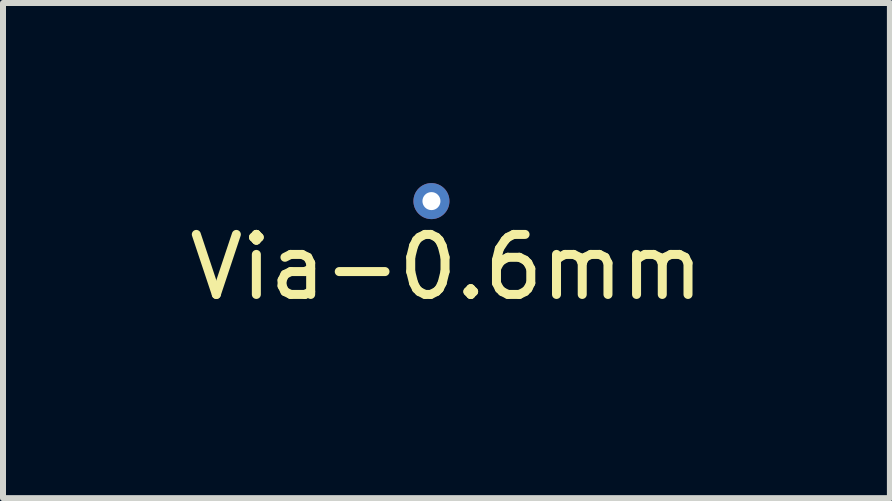
<source format=kicad_pcb>
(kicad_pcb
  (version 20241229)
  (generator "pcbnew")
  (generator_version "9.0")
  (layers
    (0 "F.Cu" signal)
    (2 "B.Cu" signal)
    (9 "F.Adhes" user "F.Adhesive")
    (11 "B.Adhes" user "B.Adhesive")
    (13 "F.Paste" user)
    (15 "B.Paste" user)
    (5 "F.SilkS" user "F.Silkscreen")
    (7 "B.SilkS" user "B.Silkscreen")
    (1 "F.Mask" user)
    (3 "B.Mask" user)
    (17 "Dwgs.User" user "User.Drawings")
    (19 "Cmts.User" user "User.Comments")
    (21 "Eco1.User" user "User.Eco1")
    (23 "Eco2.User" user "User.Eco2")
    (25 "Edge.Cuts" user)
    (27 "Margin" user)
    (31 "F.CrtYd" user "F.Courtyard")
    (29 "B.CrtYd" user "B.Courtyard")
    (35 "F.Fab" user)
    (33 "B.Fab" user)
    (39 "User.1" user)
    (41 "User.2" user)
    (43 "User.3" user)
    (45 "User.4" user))
  (footprint "Via-0.6mm"
    (layer "F.Cu")
    (at 4.137 0.3)
    (property "Reference" "Via-0.6mm" (at 0.25 1.1 0) (layer "F.SilkS") (effects (font (size 1 1) (thickness 0.15))))
    (attr through_hole)
    (pad "1" thru_hole circle (at 0 0) (size 0.6 0.6) (drill 0.3) (layers "*.Cu")))
  (gr_rect
    (start -3 -3)
    (end 11.774 5.248)
    (stroke (width 0.1) (type default))
    (fill no)
    (layer "Edge.Cuts")))
</source>
